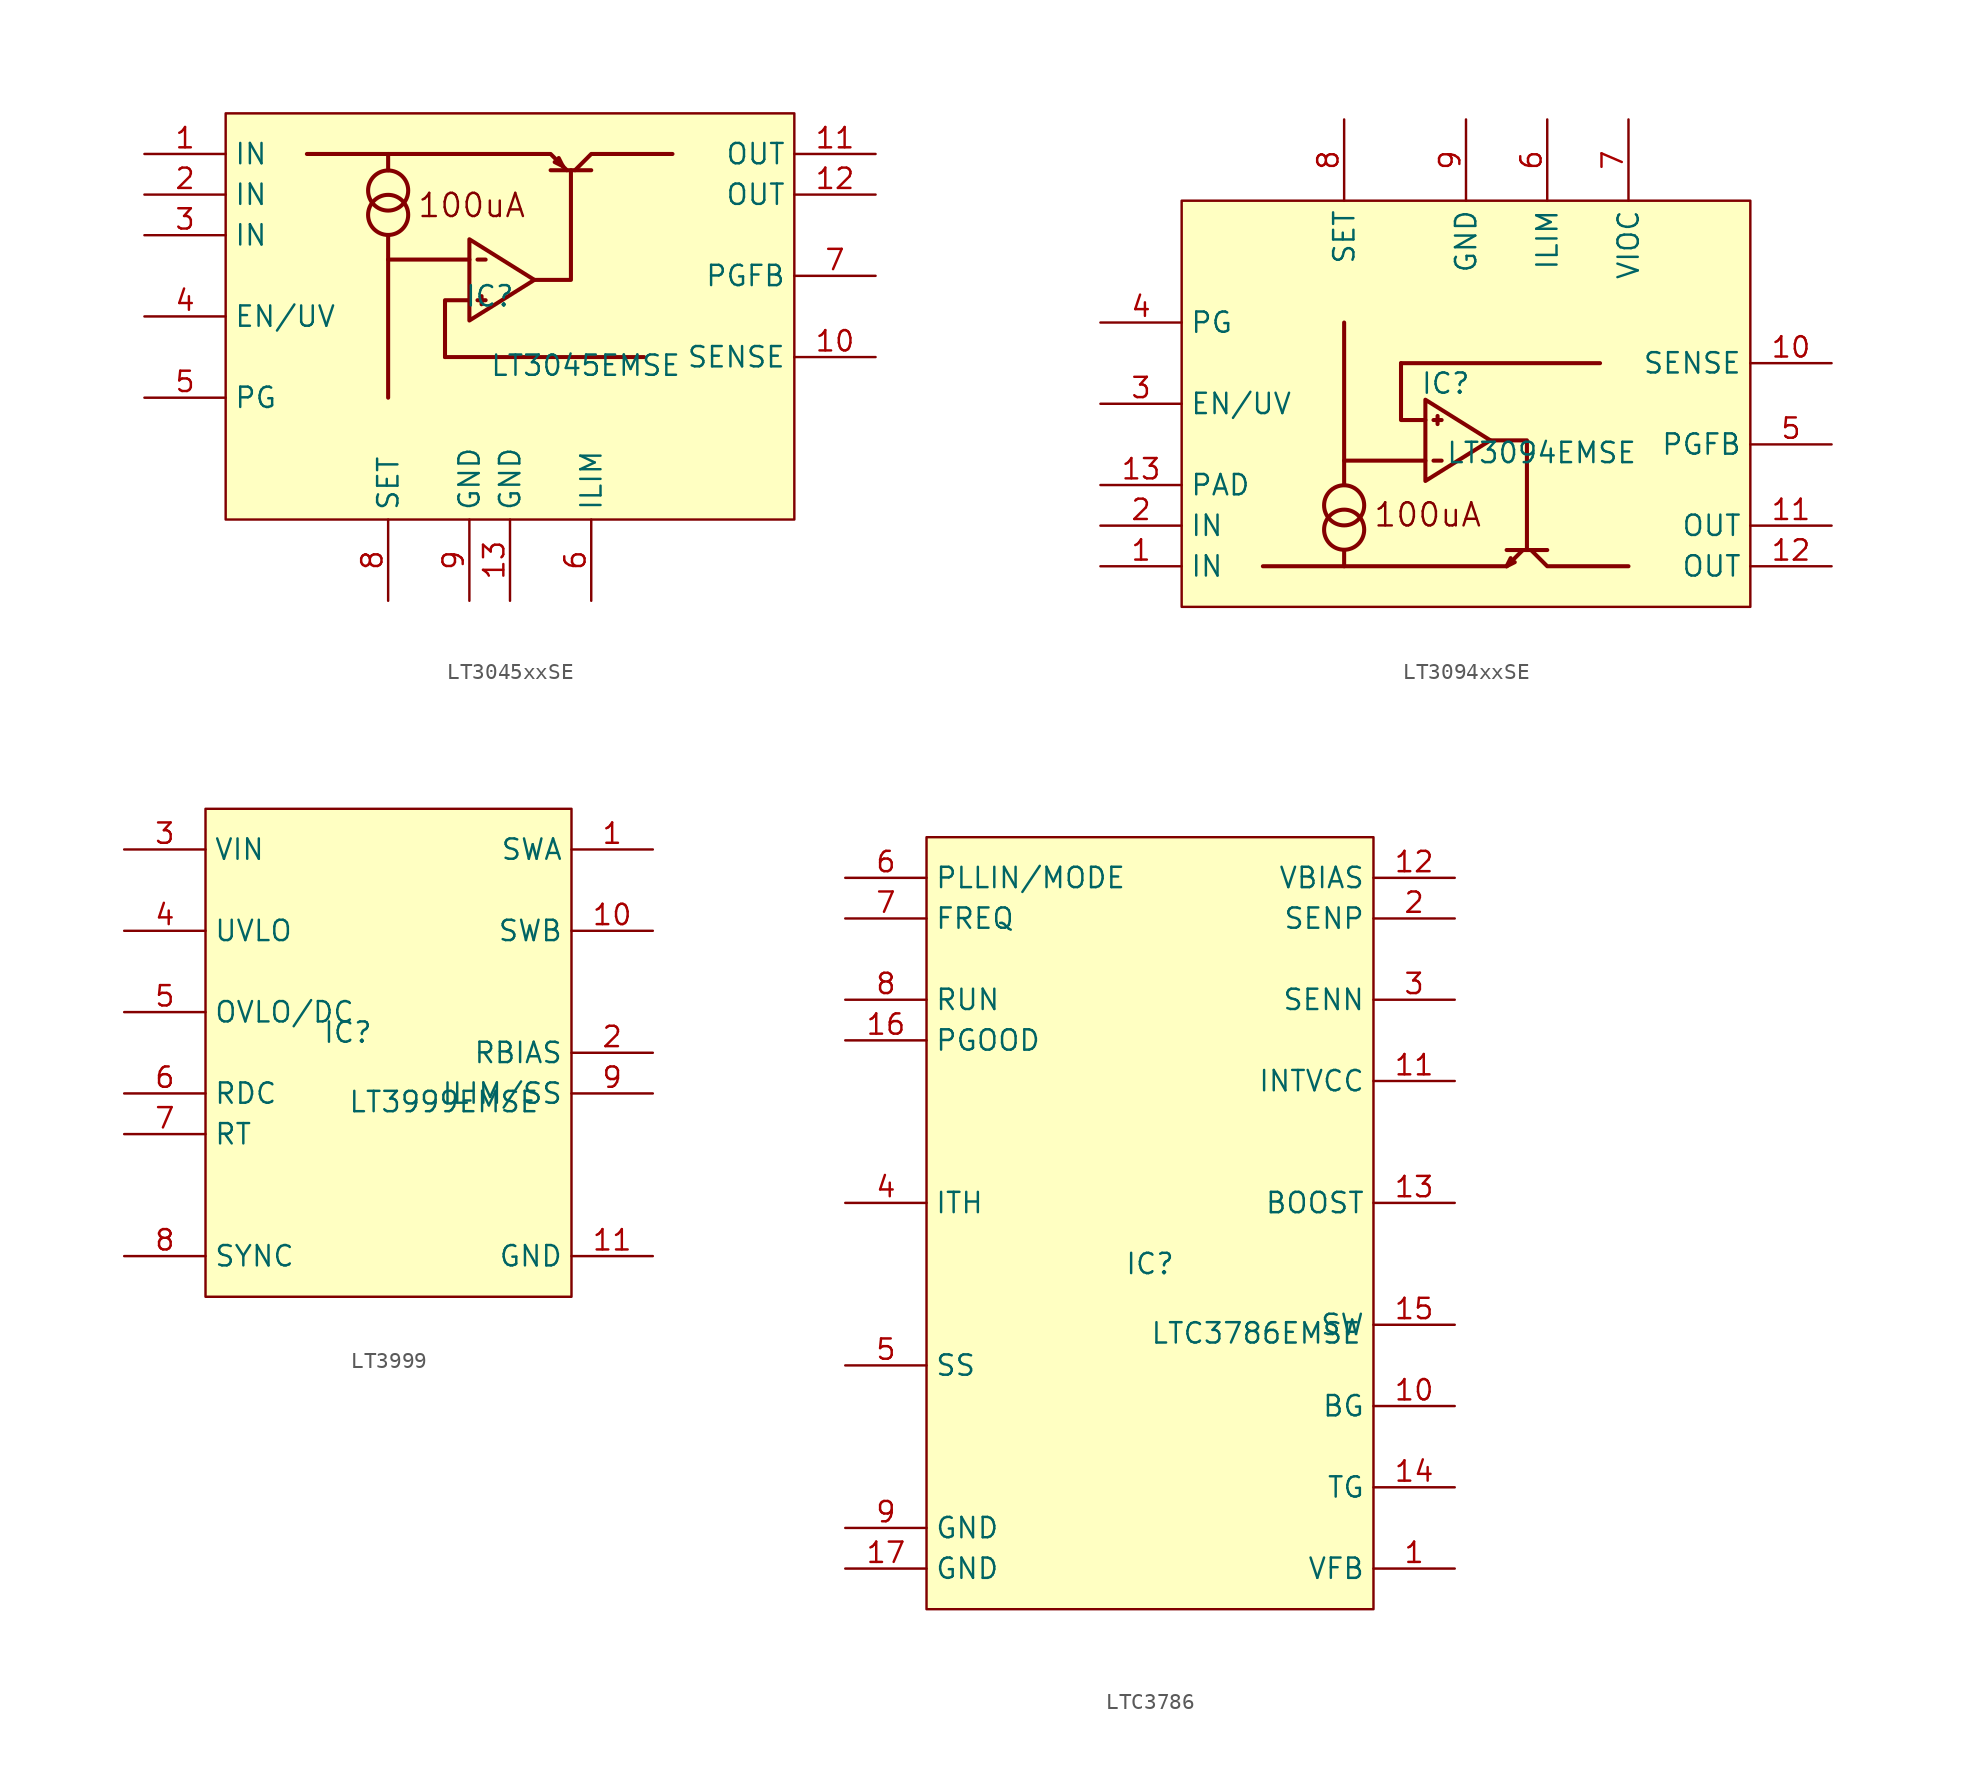
<source format=kicad_sym>
(kicad_symbol_lib
  (version 20231120)
  (generator "kicad_symbol_editor")
  (generator_version "8.0")
  (symbol "LT3045xxSE"
    (property "Reference" "IC"
      (at -1.27 1.27 0)
      (effects (font (size 1.27 1.27))))
    (property "Value" "LT3045EMSE"
      (at -1.27 -3.81 0)
      (effects (font (size 1.27 1.27)) (justify left bottom)))
    (symbol "LT3045xxSE_1_0"
      (rectangle (start -17.78 12.7) (end 17.78 -12.7) (stroke (width 0) (type solid) (color 128 0 0 1)) (fill (type background)))
      (circle (center -7.62 6.35) (radius 1.254) (stroke (width 0.254) (type solid)) (fill (type none)))
      (circle (center -7.62 7.874) (radius 1.254) (stroke (width 0.254) (type solid)) (fill (type none)))
      (polyline (pts (xy -7.62 5.08) (xy -7.62 -5.08)) (stroke (width 0.254) (type solid)) (fill (type none)))
      (polyline (pts (xy -4.064 -2.54) (xy 8.382 -2.54)) (stroke (width 0.254) (type solid)) (fill (type none)))
      (polyline (pts (xy -2.54 3.556) (xy -7.62 3.556)) (stroke (width 0.254) (type solid)) (fill (type none)))
      (polyline (pts (xy -2.032 1.016) (xy -1.524 1.016)) (stroke (width 0.254) (type solid)) (fill (type none)))
      (polyline (pts (xy -2.032 3.556) (xy -1.524 3.556)) (stroke (width 0.254) (type solid)) (fill (type none)))
      (polyline (pts (xy -1.778 1.27) (xy -1.778 0.762)) (stroke (width 0.254) (type solid)) (fill (type none)))
      (polyline (pts (xy 3.302 9.398) (xy 2.794 9.652)) (stroke (width 0.254) (type solid)) (fill (type none)))
      (polyline (pts (xy 3.302 9.398) (xy 3.048 9.906)) (stroke (width 0.254) (type solid)) (fill (type none)))
      (polyline (pts (xy 5.08 9.144) (xy 2.54 9.144)) (stroke (width 0.254) (type solid)) (fill (type none)))
      (polyline (pts (xy -12.7 10.16) (xy -7.62 10.16) (xy -7.62 9.144)) (stroke (width 0.254) (type solid)) (fill (type none)))
      (polyline (pts (xy -2.54 1.016) (xy -4.064 1.016) (xy -4.064 -2.54)) (stroke (width 0.254) (type solid)) (fill (type none)))
      (polyline (pts (xy 3.556 9.144) (xy 2.54 10.16) (xy -7.62 10.16)) (stroke (width 0.254) (type solid)) (fill (type none)))
      (polyline (pts (xy 3.81 9.144) (xy 3.81 2.286) (xy 1.524 2.286)) (stroke (width 0.254) (type solid)) (fill (type none)))
      (polyline (pts (xy 4.064 9.144) (xy 5.08 10.16) (xy 10.16 10.16)) (stroke (width 0.254) (type solid)) (fill (type none)))
      (polyline (pts (xy -2.54 4.826) (xy -2.54 -0.254) (xy 1.524 2.286) (xy -2.54 4.826)) (stroke (width 0.254) (type solid)) (fill (type none)))
      (text "100uA" (at -5.842 6.096 0) (effects (font (size 1.448 1.448)) (justify left bottom)))
      (pin power_in line (at -22.86 10.16 0) (length 5.08) (name "IN" (effects (font (size 1.27 1.27)))) (number "1" (effects (font (size 1.27 1.27)))))
      (pin passive line (at 22.86 -2.54 180) (length 5.08) (name "SENSE" (effects (font (size 1.27 1.27)))) (number "10" (effects (font (size 1.27 1.27)))))
      (pin passive line (at 22.86 10.16 180) (length 5.08) (name "OUT" (effects (font (size 1.27 1.27)))) (number "11" (effects (font (size 1.27 1.27)))))
      (pin passive line (at 22.86 7.62 180) (length 5.08) (name "OUT" (effects (font (size 1.27 1.27)))) (number "12" (effects (font (size 1.27 1.27)))))
      (pin passive line (at 0 -17.78 90) (length 5.08) (name "GND" (effects (font (size 1.27 1.27)))) (number "13" (effects (font (size 1.27 1.27)))))
      (pin power_in line (at -22.86 7.62 0) (length 5.08) (name "IN" (effects (font (size 1.27 1.27)))) (number "2" (effects (font (size 1.27 1.27)))))
      (pin power_in line (at -22.86 5.08 0) (length 5.08) (name "IN" (effects (font (size 1.27 1.27)))) (number "3" (effects (font (size 1.27 1.27)))))
      (pin input line (at -22.86 0 0) (length 5.08) (name "EN/UV" (effects (font (size 1.27 1.27)))) (number "4" (effects (font (size 1.27 1.27)))))
      (pin output line (at -22.86 -5.08 0) (length 5.08) (name "PG" (effects (font (size 1.27 1.27)))) (number "5" (effects (font (size 1.27 1.27)))))
      (pin passive line (at 5.08 -17.78 90) (length 5.08) (name "ILIM" (effects (font (size 1.27 1.27)))) (number "6" (effects (font (size 1.27 1.27)))))
      (pin input line (at 22.86 2.54 180) (length 5.08) (name "PGFB" (effects (font (size 1.27 1.27)))) (number "7" (effects (font (size 1.27 1.27)))))
      (pin output line (at -7.62 -17.78 90) (length 5.08) (name "SET" (effects (font (size 1.27 1.27)))) (number "8" (effects (font (size 1.27 1.27)))))
      (pin passive line (at -2.54 -17.78 90) (length 5.08) (name "GND" (effects (font (size 1.27 1.27)))) (number "9" (effects (font (size 1.27 1.27)))))))
  (symbol "LT3094xxSE"
    (property "Reference" "IC"
      (at -1.27 1.27 0)
      (effects (font (size 1.27 1.27))))
    (property "Value" "LT3094EMSE"
      (at -1.27 -3.81 0)
      (effects (font (size 1.27 1.27)) (justify left bottom)))
    (symbol "LT3094xxSE_1_0"
      (rectangle (start -17.78 12.7) (end 17.78 -12.7) (stroke (width 0) (type solid) (color 128 0 0 1)) (fill (type background)))
      (circle (center -7.62 -7.874) (radius 1.254) (stroke (width 0.254) (type solid)) (fill (type none)))
      (circle (center -7.62 -6.35) (radius 1.254) (stroke (width 0.254) (type solid)) (fill (type none)))
      (polyline (pts (xy -7.62 -5.08) (xy -7.62 5.08)) (stroke (width 0.254) (type solid)) (fill (type none)))
      (polyline (pts (xy -4.064 2.54) (xy 8.382 2.54)) (stroke (width 0.254) (type solid)) (fill (type none)))
      (polyline (pts (xy -2.54 -3.556) (xy -7.62 -3.556)) (stroke (width 0.254) (type solid)) (fill (type none)))
      (polyline (pts (xy -2.032 -3.556) (xy -1.524 -3.556)) (stroke (width 0.254) (type solid)) (fill (type none)))
      (polyline (pts (xy -2.032 -1.016) (xy -1.524 -1.016)) (stroke (width 0.254) (type solid)) (fill (type none)))
      (polyline (pts (xy -1.778 -1.27) (xy -1.778 -0.762)) (stroke (width 0.254) (type solid)) (fill (type none)))
      (polyline (pts (xy 2.54 -10.16) (xy 2.794 -9.652)) (stroke (width 0.254) (type solid)) (fill (type none)))
      (polyline (pts (xy 2.54 -10.16) (xy 3.048 -9.906)) (stroke (width 0.254) (type solid)) (fill (type none)))
      (polyline (pts (xy 5.08 -9.144) (xy 2.54 -9.144)) (stroke (width 0.254) (type solid)) (fill (type none)))
      (polyline (pts (xy -12.7 -10.16) (xy -7.62 -10.16) (xy -7.62 -9.144)) (stroke (width 0.254) (type solid)) (fill (type none)))
      (polyline (pts (xy -2.54 -1.016) (xy -4.064 -1.016) (xy -4.064 2.54)) (stroke (width 0.254) (type solid)) (fill (type none)))
      (polyline (pts (xy 3.556 -9.144) (xy 2.54 -10.16) (xy -7.62 -10.16)) (stroke (width 0.254) (type solid)) (fill (type none)))
      (polyline (pts (xy 3.81 -9.144) (xy 3.81 -2.286) (xy 1.524 -2.286)) (stroke (width 0.254) (type solid)) (fill (type none)))
      (polyline (pts (xy 4.064 -9.144) (xy 5.08 -10.16) (xy 10.16 -10.16)) (stroke (width 0.254) (type solid)) (fill (type none)))
      (polyline (pts (xy -2.54 -4.826) (xy -2.54 0.254) (xy 1.524 -2.286) (xy -2.54 -4.826)) (stroke (width 0.254) (type solid)) (fill (type none)))
      (text "100uA" (at -5.842 -6.096 0) (effects (font (size 1.448 1.448)) (justify left top)))
      (pin power_in line (at -22.86 -10.16 0) (length 5.08) (name "IN" (effects (font (size 1.27 1.27)))) (number "1" (effects (font (size 1.27 1.27)))))
      (pin passive line (at 22.86 2.54 180) (length 5.08) (name "SENSE" (effects (font (size 1.27 1.27)))) (number "10" (effects (font (size 1.27 1.27)))))
      (pin passive line (at 22.86 -7.62 180) (length 5.08) (name "OUT" (effects (font (size 1.27 1.27)))) (number "11" (effects (font (size 1.27 1.27)))))
      (pin passive line (at 22.86 -10.16 180) (length 5.08) (name "OUT" (effects (font (size 1.27 1.27)))) (number "12" (effects (font (size 1.27 1.27)))))
      (pin passive line (at -22.86 -5.08 0) (length 5.08) (name "PAD" (effects (font (size 1.27 1.27)))) (number "13" (effects (font (size 1.27 1.27)))))
      (pin power_in line (at -22.86 -7.62 0) (length 5.08) (name "IN" (effects (font (size 1.27 1.27)))) (number "2" (effects (font (size 1.27 1.27)))))
      (pin input line (at -22.86 0 0) (length 5.08) (name "EN/UV" (effects (font (size 1.27 1.27)))) (number "3" (effects (font (size 1.27 1.27)))))
      (pin output line (at -22.86 5.08 0) (length 5.08) (name "PG" (effects (font (size 1.27 1.27)))) (number "4" (effects (font (size 1.27 1.27)))))
      (pin input line (at 22.86 -2.54 180) (length 5.08) (name "PGFB" (effects (font (size 1.27 1.27)))) (number "5" (effects (font (size 1.27 1.27)))))
      (pin passive line (at 5.08 17.78 270) (length 5.08) (name "ILIM" (effects (font (size 1.27 1.27)))) (number "6" (effects (font (size 1.27 1.27)))))
      (pin power_in line (at 10.16 17.78 270) (length 5.08) (name "VIOC" (effects (font (size 1.27 1.27)))) (number "7" (effects (font (size 1.27 1.27)))))
      (pin output line (at -7.62 17.78 270) (length 5.08) (name "SET" (effects (font (size 1.27 1.27)))) (number "8" (effects (font (size 1.27 1.27)))))
      (pin passive line (at 0 17.78 270) (length 5.08) (name "GND" (effects (font (size 1.27 1.27)))) (number "9" (effects (font (size 1.27 1.27)))))))
  (symbol "LT3999"
    (property "Reference" "IC"
      (at -1.27 1.27 0)
      (effects (font (size 1.27 1.27))))
    (property "Value" "LT3999EMSE"
      (at -1.27 -3.81 0)
      (effects (font (size 1.27 1.27)) (justify left bottom)))
    (symbol "LT3999_1_0"
      (rectangle (start -10.16 15.24) (end 12.7 -15.24) (stroke (width 0) (type solid) (color 128 0 0 1)) (fill (type background)))
      (pin open_collector line (at 17.78 12.7 180) (length 5.08) (name "SWA" (effects (font (size 1.27 1.27)))) (number "1" (effects (font (size 1.27 1.27)))))
      (pin open_collector line (at 17.78 7.62 180) (length 5.08) (name "SWB" (effects (font (size 1.27 1.27)))) (number "10" (effects (font (size 1.27 1.27)))))
      (pin power_in line (at 17.78 -12.7 180) (length 5.08) (name "GND" (effects (font (size 1.27 1.27)))) (number "11" (effects (font (size 1.27 1.27)))))
      (pin passive line (at 17.78 0 180) (length 5.08) (name "RBIAS" (effects (font (size 1.27 1.27)))) (number "2" (effects (font (size 1.27 1.27)))))
      (pin passive line (at -15.24 12.7 0) (length 5.08) (name "VIN" (effects (font (size 1.27 1.27)))) (number "3" (effects (font (size 1.27 1.27)))))
      (pin passive line (at -15.24 7.62 0) (length 5.08) (name "UVLO" (effects (font (size 1.27 1.27)))) (number "4" (effects (font (size 1.27 1.27)))))
      (pin passive line (at -15.24 2.54 0) (length 5.08) (name "OVLO/DC" (effects (font (size 1.27 1.27)))) (number "5" (effects (font (size 1.27 1.27)))))
      (pin passive line (at -15.24 -2.54 0) (length 5.08) (name "RDC" (effects (font (size 1.27 1.27)))) (number "6" (effects (font (size 1.27 1.27)))))
      (pin passive line (at -15.24 -5.08 0) (length 5.08) (name "RT" (effects (font (size 1.27 1.27)))) (number "7" (effects (font (size 1.27 1.27)))))
      (pin input line (at -15.24 -12.7 0) (length 5.08) (name "SYNC" (effects (font (size 1.27 1.27)))) (number "8" (effects (font (size 1.27 1.27)))))
      (pin passive line (at 17.78 -2.54 180) (length 5.08) (name "ILIM/SS" (effects (font (size 1.27 1.27)))) (number "9" (effects (font (size 1.27 1.27)))))))
  (symbol "LTC3786"
    (property "Reference" "IC"
      (at -1.27 1.27 0)
      (effects (font (size 1.27 1.27))))
    (property "Value" "LTC3786EMSE"
      (at -1.27 -3.81 0)
      (effects (font (size 1.27 1.27)) (justify left bottom)))
    (symbol "LTC3786_1_0"
      (rectangle (start -15.24 27.94) (end 12.7 -20.32) (stroke (width 0) (type solid) (color 128 0 0 1)) (fill (type background)))
      (pin passive line (at 17.78 -17.78 180) (length 5.08) (name "VFB" (effects (font (size 1.27 1.27)))) (number "1" (effects (font (size 1.27 1.27)))))
      (pin passive line (at 17.78 -7.62 180) (length 5.08) (name "BG" (effects (font (size 1.27 1.27)))) (number "10" (effects (font (size 1.27 1.27)))))
      (pin passive line (at 17.78 12.7 180) (length 5.08) (name "INTVCC" (effects (font (size 1.27 1.27)))) (number "11" (effects (font (size 1.27 1.27)))))
      (pin passive line (at 17.78 25.4 180) (length 5.08) (name "VBIAS" (effects (font (size 1.27 1.27)))) (number "12" (effects (font (size 1.27 1.27)))))
      (pin passive line (at 17.78 5.08 180) (length 5.08) (name "BOOST" (effects (font (size 1.27 1.27)))) (number "13" (effects (font (size 1.27 1.27)))))
      (pin passive line (at 17.78 -12.7 180) (length 5.08) (name "TG" (effects (font (size 1.27 1.27)))) (number "14" (effects (font (size 1.27 1.27)))))
      (pin passive line (at 17.78 -2.54 180) (length 5.08) (name "SW" (effects (font (size 1.27 1.27)))) (number "15" (effects (font (size 1.27 1.27)))))
      (pin output line (at -20.32 15.24 0) (length 5.08) (name "PGOOD" (effects (font (size 1.27 1.27)))) (number "16" (effects (font (size 1.27 1.27)))))
      (pin passive line (at -20.32 -17.78 0) (length 5.08) (name "GND" (effects (font (size 1.27 1.27)))) (number "17" (effects (font (size 1.27 1.27)))))
      (pin passive line (at 17.78 22.86 180) (length 5.08) (name "SENP" (effects (font (size 1.27 1.27)))) (number "2" (effects (font (size 1.27 1.27)))))
      (pin passive line (at 17.78 17.78 180) (length 5.08) (name "SENN" (effects (font (size 1.27 1.27)))) (number "3" (effects (font (size 1.27 1.27)))))
      (pin passive line (at -20.32 5.08 0) (length 5.08) (name "ITH" (effects (font (size 1.27 1.27)))) (number "4" (effects (font (size 1.27 1.27)))))
      (pin passive line (at -20.32 -5.08 0) (length 5.08) (name "SS" (effects (font (size 1.27 1.27)))) (number "5" (effects (font (size 1.27 1.27)))))
      (pin input line (at -20.32 25.4 0) (length 5.08) (name "PLLIN/MODE" (effects (font (size 1.27 1.27)))) (number "6" (effects (font (size 1.27 1.27)))))
      (pin input line (at -20.32 22.86 0) (length 5.08) (name "FREQ" (effects (font (size 1.27 1.27)))) (number "7" (effects (font (size 1.27 1.27)))))
      (pin input line (at -20.32 17.78 0) (length 5.08) (name "RUN" (effects (font (size 1.27 1.27)))) (number "8" (effects (font (size 1.27 1.27)))))
      (pin passive line (at -20.32 -15.24 0) (length 5.08) (name "GND" (effects (font (size 1.27 1.27)))) (number "9" (effects (font (size 1.27 1.27))))))))
</source>
